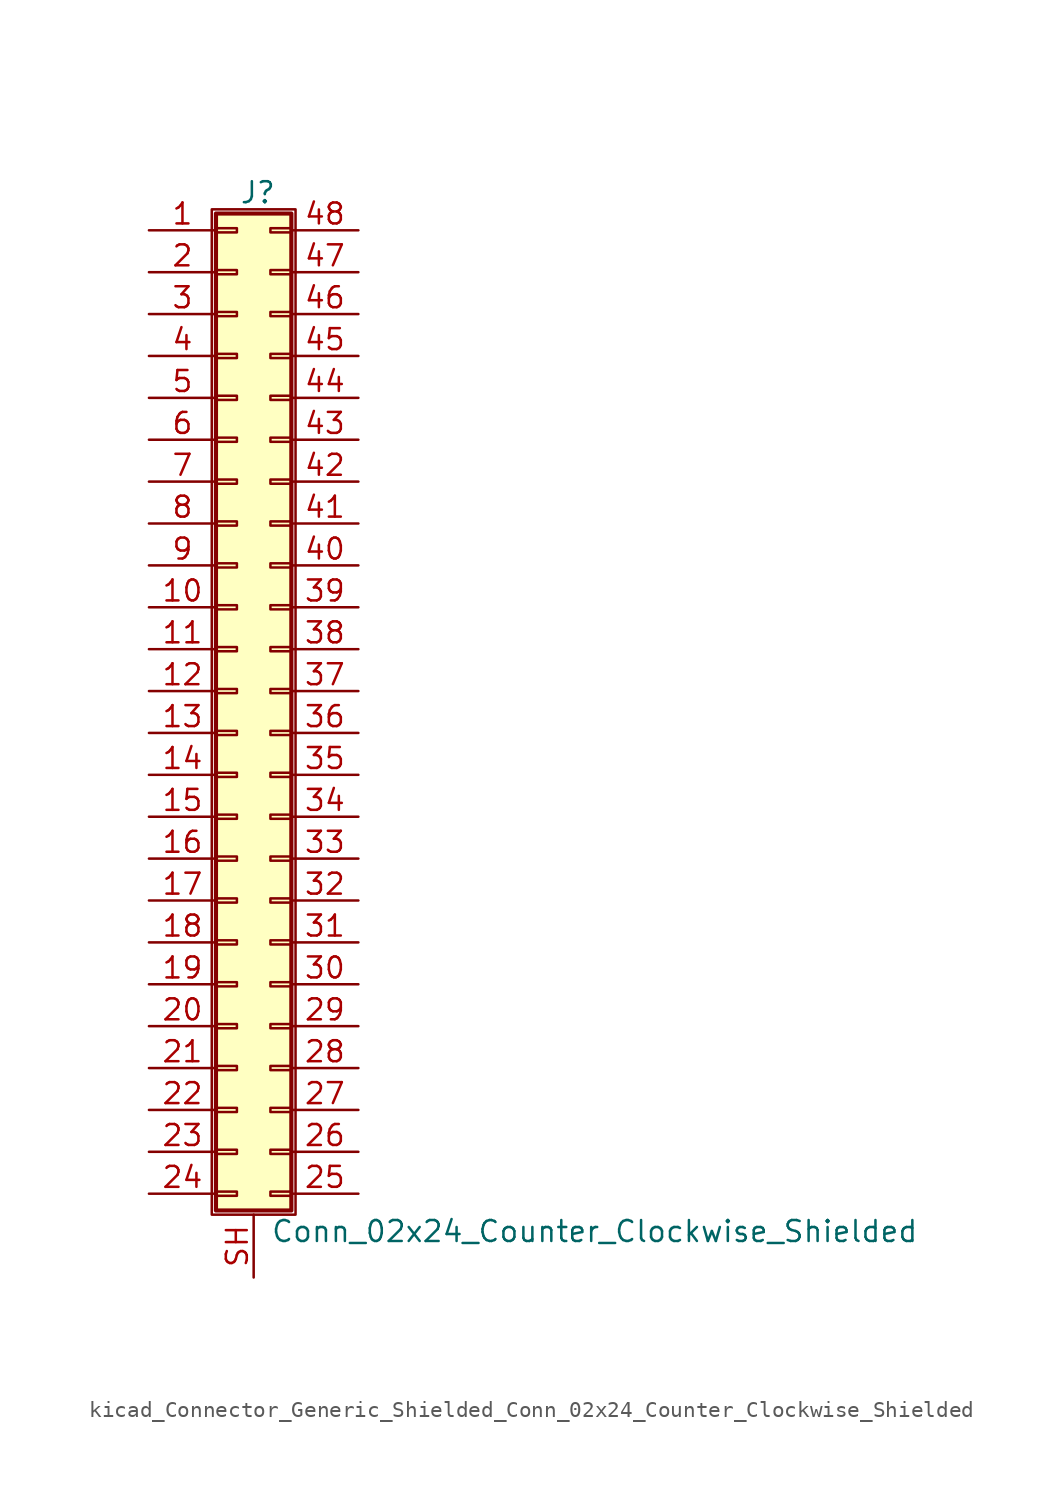
<source format=kicad_sym>
(kicad_symbol_lib
  (version 20220914)
  (generator kicad_symbol_editor)
  (symbol "kicad_Connector_Generic_Shielded_Conn_02x24_Counter_Clockwise_Shielded"
    (pin_names
      (offset 1.016) hide)
    (property "Reference" "J"
      (at 1.524 30.226 0)
      (effects (font (size 1.27 1.27))))
    (property "Value" "Conn_02x24_Counter_Clockwise_Shielded"
      (at 2.286 -32.766 0)
      (effects (font (size 1.27 1.27)) (justify left)))
    (symbol "kicad_Connector_Generic_Shielded_Conn_02x24_Counter_Clockwise_Shielded_1_1"
      (rectangle (start -1.27 29.21) (end 3.81 -31.75) (stroke (width 0.152) (type default)) (fill (type none)))
      (rectangle (start -1.016 -30.353) (end 0.254 -30.607) (stroke (width 0.152) (type default)) (fill (type none)))
      (rectangle (start -1.016 -27.813) (end 0.254 -28.067) (stroke (width 0.152) (type default)) (fill (type none)))
      (rectangle (start -1.016 -25.273) (end 0.254 -25.527) (stroke (width 0.152) (type default)) (fill (type none)))
      (rectangle (start -1.016 -22.733) (end 0.254 -22.987) (stroke (width 0.152) (type default)) (fill (type none)))
      (rectangle (start -1.016 -20.193) (end 0.254 -20.447) (stroke (width 0.152) (type default)) (fill (type none)))
      (rectangle (start -1.016 -17.653) (end 0.254 -17.907) (stroke (width 0.152) (type default)) (fill (type none)))
      (rectangle (start -1.016 -15.113) (end 0.254 -15.367) (stroke (width 0.152) (type default)) (fill (type none)))
      (rectangle (start -1.016 -12.573) (end 0.254 -12.827) (stroke (width 0.152) (type default)) (fill (type none)))
      (rectangle (start -1.016 -10.033) (end 0.254 -10.287) (stroke (width 0.152) (type default)) (fill (type none)))
      (rectangle (start -1.016 -7.493) (end 0.254 -7.747) (stroke (width 0.152) (type default)) (fill (type none)))
      (rectangle (start -1.016 -4.953) (end 0.254 -5.207) (stroke (width 0.152) (type default)) (fill (type none)))
      (rectangle (start -1.016 -2.413) (end 0.254 -2.667) (stroke (width 0.152) (type default)) (fill (type none)))
      (rectangle (start -1.016 0.127) (end 0.254 -0.127) (stroke (width 0.152) (type default)) (fill (type none)))
      (rectangle (start -1.016 2.667) (end 0.254 2.413) (stroke (width 0.152) (type default)) (fill (type none)))
      (rectangle (start -1.016 5.207) (end 0.254 4.953) (stroke (width 0.152) (type default)) (fill (type none)))
      (rectangle (start -1.016 7.747) (end 0.254 7.493) (stroke (width 0.152) (type default)) (fill (type none)))
      (rectangle (start -1.016 10.287) (end 0.254 10.033) (stroke (width 0.152) (type default)) (fill (type none)))
      (rectangle (start -1.016 12.827) (end 0.254 12.573) (stroke (width 0.152) (type default)) (fill (type none)))
      (rectangle (start -1.016 15.367) (end 0.254 15.113) (stroke (width 0.152) (type default)) (fill (type none)))
      (rectangle (start -1.016 17.907) (end 0.254 17.653) (stroke (width 0.152) (type default)) (fill (type none)))
      (rectangle (start -1.016 20.447) (end 0.254 20.193) (stroke (width 0.152) (type default)) (fill (type none)))
      (rectangle (start -1.016 22.987) (end 0.254 22.733) (stroke (width 0.152) (type default)) (fill (type none)))
      (rectangle (start -1.016 25.527) (end 0.254 25.273) (stroke (width 0.152) (type default)) (fill (type none)))
      (rectangle (start -1.016 28.067) (end 0.254 27.813) (stroke (width 0.152) (type default)) (fill (type none)))
      (rectangle (start -1.016 28.956) (end 3.556 -31.496) (stroke (width 0.254) (type default)) (fill (type background)))
      (rectangle (start 3.556 -30.353) (end 2.286 -30.607) (stroke (width 0.152) (type default)) (fill (type none)))
      (rectangle (start 3.556 -27.813) (end 2.286 -28.067) (stroke (width 0.152) (type default)) (fill (type none)))
      (rectangle (start 3.556 -25.273) (end 2.286 -25.527) (stroke (width 0.152) (type default)) (fill (type none)))
      (rectangle (start 3.556 -22.733) (end 2.286 -22.987) (stroke (width 0.152) (type default)) (fill (type none)))
      (rectangle (start 3.556 -20.193) (end 2.286 -20.447) (stroke (width 0.152) (type default)) (fill (type none)))
      (rectangle (start 3.556 -17.653) (end 2.286 -17.907) (stroke (width 0.152) (type default)) (fill (type none)))
      (rectangle (start 3.556 -15.113) (end 2.286 -15.367) (stroke (width 0.152) (type default)) (fill (type none)))
      (rectangle (start 3.556 -12.573) (end 2.286 -12.827) (stroke (width 0.152) (type default)) (fill (type none)))
      (rectangle (start 3.556 -10.033) (end 2.286 -10.287) (stroke (width 0.152) (type default)) (fill (type none)))
      (rectangle (start 3.556 -7.493) (end 2.286 -7.747) (stroke (width 0.152) (type default)) (fill (type none)))
      (rectangle (start 3.556 -4.953) (end 2.286 -5.207) (stroke (width 0.152) (type default)) (fill (type none)))
      (rectangle (start 3.556 -2.413) (end 2.286 -2.667) (stroke (width 0.152) (type default)) (fill (type none)))
      (rectangle (start 3.556 0.127) (end 2.286 -0.127) (stroke (width 0.152) (type default)) (fill (type none)))
      (rectangle (start 3.556 2.667) (end 2.286 2.413) (stroke (width 0.152) (type default)) (fill (type none)))
      (rectangle (start 3.556 5.207) (end 2.286 4.953) (stroke (width 0.152) (type default)) (fill (type none)))
      (rectangle (start 3.556 7.747) (end 2.286 7.493) (stroke (width 0.152) (type default)) (fill (type none)))
      (rectangle (start 3.556 10.287) (end 2.286 10.033) (stroke (width 0.152) (type default)) (fill (type none)))
      (rectangle (start 3.556 12.827) (end 2.286 12.573) (stroke (width 0.152) (type default)) (fill (type none)))
      (rectangle (start 3.556 15.367) (end 2.286 15.113) (stroke (width 0.152) (type default)) (fill (type none)))
      (rectangle (start 3.556 17.907) (end 2.286 17.653) (stroke (width 0.152) (type default)) (fill (type none)))
      (rectangle (start 3.556 20.447) (end 2.286 20.193) (stroke (width 0.152) (type default)) (fill (type none)))
      (rectangle (start 3.556 22.987) (end 2.286 22.733) (stroke (width 0.152) (type default)) (fill (type none)))
      (rectangle (start 3.556 25.527) (end 2.286 25.273) (stroke (width 0.152) (type default)) (fill (type none)))
      (rectangle (start 3.556 28.067) (end 2.286 27.813) (stroke (width 0.152) (type default)) (fill (type none)))
      (pin passive line (at -5.08 27.94 0) (length 4.064) (name "Pin_1" (effects (font (size 1.27 1.27)))) (number "1" (effects (font (size 1.27 1.27)))))
      (pin passive line (at -5.08 5.08 0) (length 4.064) (name "Pin_10" (effects (font (size 1.27 1.27)))) (number "10" (effects (font (size 1.27 1.27)))))
      (pin passive line (at -5.08 2.54 0) (length 4.064) (name "Pin_11" (effects (font (size 1.27 1.27)))) (number "11" (effects (font (size 1.27 1.27)))))
      (pin passive line (at -5.08 0 0) (length 4.064) (name "Pin_12" (effects (font (size 1.27 1.27)))) (number "12" (effects (font (size 1.27 1.27)))))
      (pin passive line (at -5.08 -2.54 0) (length 4.064) (name "Pin_13" (effects (font (size 1.27 1.27)))) (number "13" (effects (font (size 1.27 1.27)))))
      (pin passive line (at -5.08 -5.08 0) (length 4.064) (name "Pin_14" (effects (font (size 1.27 1.27)))) (number "14" (effects (font (size 1.27 1.27)))))
      (pin passive line (at -5.08 -7.62 0) (length 4.064) (name "Pin_15" (effects (font (size 1.27 1.27)))) (number "15" (effects (font (size 1.27 1.27)))))
      (pin passive line (at -5.08 -10.16 0) (length 4.064) (name "Pin_16" (effects (font (size 1.27 1.27)))) (number "16" (effects (font (size 1.27 1.27)))))
      (pin passive line (at -5.08 -12.7 0) (length 4.064) (name "Pin_17" (effects (font (size 1.27 1.27)))) (number "17" (effects (font (size 1.27 1.27)))))
      (pin passive line (at -5.08 -15.24 0) (length 4.064) (name "Pin_18" (effects (font (size 1.27 1.27)))) (number "18" (effects (font (size 1.27 1.27)))))
      (pin passive line (at -5.08 -17.78 0) (length 4.064) (name "Pin_19" (effects (font (size 1.27 1.27)))) (number "19" (effects (font (size 1.27 1.27)))))
      (pin passive line (at -5.08 25.4 0) (length 4.064) (name "Pin_2" (effects (font (size 1.27 1.27)))) (number "2" (effects (font (size 1.27 1.27)))))
      (pin passive line (at -5.08 -20.32 0) (length 4.064) (name "Pin_20" (effects (font (size 1.27 1.27)))) (number "20" (effects (font (size 1.27 1.27)))))
      (pin passive line (at -5.08 -22.86 0) (length 4.064) (name "Pin_21" (effects (font (size 1.27 1.27)))) (number "21" (effects (font (size 1.27 1.27)))))
      (pin passive line (at -5.08 -25.4 0) (length 4.064) (name "Pin_22" (effects (font (size 1.27 1.27)))) (number "22" (effects (font (size 1.27 1.27)))))
      (pin passive line (at -5.08 -27.94 0) (length 4.064) (name "Pin_23" (effects (font (size 1.27 1.27)))) (number "23" (effects (font (size 1.27 1.27)))))
      (pin passive line (at -5.08 -30.48 0) (length 4.064) (name "Pin_24" (effects (font (size 1.27 1.27)))) (number "24" (effects (font (size 1.27 1.27)))))
      (pin passive line (at 7.62 -30.48 180) (length 4.064) (name "Pin_25" (effects (font (size 1.27 1.27)))) (number "25" (effects (font (size 1.27 1.27)))))
      (pin passive line (at 7.62 -27.94 180) (length 4.064) (name "Pin_26" (effects (font (size 1.27 1.27)))) (number "26" (effects (font (size 1.27 1.27)))))
      (pin passive line (at 7.62 -25.4 180) (length 4.064) (name "Pin_27" (effects (font (size 1.27 1.27)))) (number "27" (effects (font (size 1.27 1.27)))))
      (pin passive line (at 7.62 -22.86 180) (length 4.064) (name "Pin_28" (effects (font (size 1.27 1.27)))) (number "28" (effects (font (size 1.27 1.27)))))
      (pin passive line (at 7.62 -20.32 180) (length 4.064) (name "Pin_29" (effects (font (size 1.27 1.27)))) (number "29" (effects (font (size 1.27 1.27)))))
      (pin passive line (at -5.08 22.86 0) (length 4.064) (name "Pin_3" (effects (font (size 1.27 1.27)))) (number "3" (effects (font (size 1.27 1.27)))))
      (pin passive line (at 7.62 -17.78 180) (length 4.064) (name "Pin_30" (effects (font (size 1.27 1.27)))) (number "30" (effects (font (size 1.27 1.27)))))
      (pin passive line (at 7.62 -15.24 180) (length 4.064) (name "Pin_31" (effects (font (size 1.27 1.27)))) (number "31" (effects (font (size 1.27 1.27)))))
      (pin passive line (at 7.62 -12.7 180) (length 4.064) (name "Pin_32" (effects (font (size 1.27 1.27)))) (number "32" (effects (font (size 1.27 1.27)))))
      (pin passive line (at 7.62 -10.16 180) (length 4.064) (name "Pin_33" (effects (font (size 1.27 1.27)))) (number "33" (effects (font (size 1.27 1.27)))))
      (pin passive line (at 7.62 -7.62 180) (length 4.064) (name "Pin_34" (effects (font (size 1.27 1.27)))) (number "34" (effects (font (size 1.27 1.27)))))
      (pin passive line (at 7.62 -5.08 180) (length 4.064) (name "Pin_35" (effects (font (size 1.27 1.27)))) (number "35" (effects (font (size 1.27 1.27)))))
      (pin passive line (at 7.62 -2.54 180) (length 4.064) (name "Pin_36" (effects (font (size 1.27 1.27)))) (number "36" (effects (font (size 1.27 1.27)))))
      (pin passive line (at 7.62 0 180) (length 4.064) (name "Pin_37" (effects (font (size 1.27 1.27)))) (number "37" (effects (font (size 1.27 1.27)))))
      (pin passive line (at 7.62 2.54 180) (length 4.064) (name "Pin_38" (effects (font (size 1.27 1.27)))) (number "38" (effects (font (size 1.27 1.27)))))
      (pin passive line (at 7.62 5.08 180) (length 4.064) (name "Pin_39" (effects (font (size 1.27 1.27)))) (number "39" (effects (font (size 1.27 1.27)))))
      (pin passive line (at -5.08 20.32 0) (length 4.064) (name "Pin_4" (effects (font (size 1.27 1.27)))) (number "4" (effects (font (size 1.27 1.27)))))
      (pin passive line (at 7.62 7.62 180) (length 4.064) (name "Pin_40" (effects (font (size 1.27 1.27)))) (number "40" (effects (font (size 1.27 1.27)))))
      (pin passive line (at 7.62 10.16 180) (length 4.064) (name "Pin_41" (effects (font (size 1.27 1.27)))) (number "41" (effects (font (size 1.27 1.27)))))
      (pin passive line (at 7.62 12.7 180) (length 4.064) (name "Pin_42" (effects (font (size 1.27 1.27)))) (number "42" (effects (font (size 1.27 1.27)))))
      (pin passive line (at 7.62 15.24 180) (length 4.064) (name "Pin_43" (effects (font (size 1.27 1.27)))) (number "43" (effects (font (size 1.27 1.27)))))
      (pin passive line (at 7.62 17.78 180) (length 4.064) (name "Pin_44" (effects (font (size 1.27 1.27)))) (number "44" (effects (font (size 1.27 1.27)))))
      (pin passive line (at 7.62 20.32 180) (length 4.064) (name "Pin_45" (effects (font (size 1.27 1.27)))) (number "45" (effects (font (size 1.27 1.27)))))
      (pin passive line (at 7.62 22.86 180) (length 4.064) (name "Pin_46" (effects (font (size 1.27 1.27)))) (number "46" (effects (font (size 1.27 1.27)))))
      (pin passive line (at 7.62 25.4 180) (length 4.064) (name "Pin_47" (effects (font (size 1.27 1.27)))) (number "47" (effects (font (size 1.27 1.27)))))
      (pin passive line (at 7.62 27.94 180) (length 4.064) (name "Pin_48" (effects (font (size 1.27 1.27)))) (number "48" (effects (font (size 1.27 1.27)))))
      (pin passive line (at -5.08 17.78 0) (length 4.064) (name "Pin_5" (effects (font (size 1.27 1.27)))) (number "5" (effects (font (size 1.27 1.27)))))
      (pin passive line (at -5.08 15.24 0) (length 4.064) (name "Pin_6" (effects (font (size 1.27 1.27)))) (number "6" (effects (font (size 1.27 1.27)))))
      (pin passive line (at -5.08 12.7 0) (length 4.064) (name "Pin_7" (effects (font (size 1.27 1.27)))) (number "7" (effects (font (size 1.27 1.27)))))
      (pin passive line (at -5.08 10.16 0) (length 4.064) (name "Pin_8" (effects (font (size 1.27 1.27)))) (number "8" (effects (font (size 1.27 1.27)))))
      (pin passive line (at -5.08 7.62 0) (length 4.064) (name "Pin_9" (effects (font (size 1.27 1.27)))) (number "9" (effects (font (size 1.27 1.27)))))
      (pin passive line (at 1.27 -35.56 90) (length 3.81) (name "Shield" (effects (font (size 1.27 1.27)))) (number "SH" (effects (font (size 1.27 1.27))))))))
</source>
